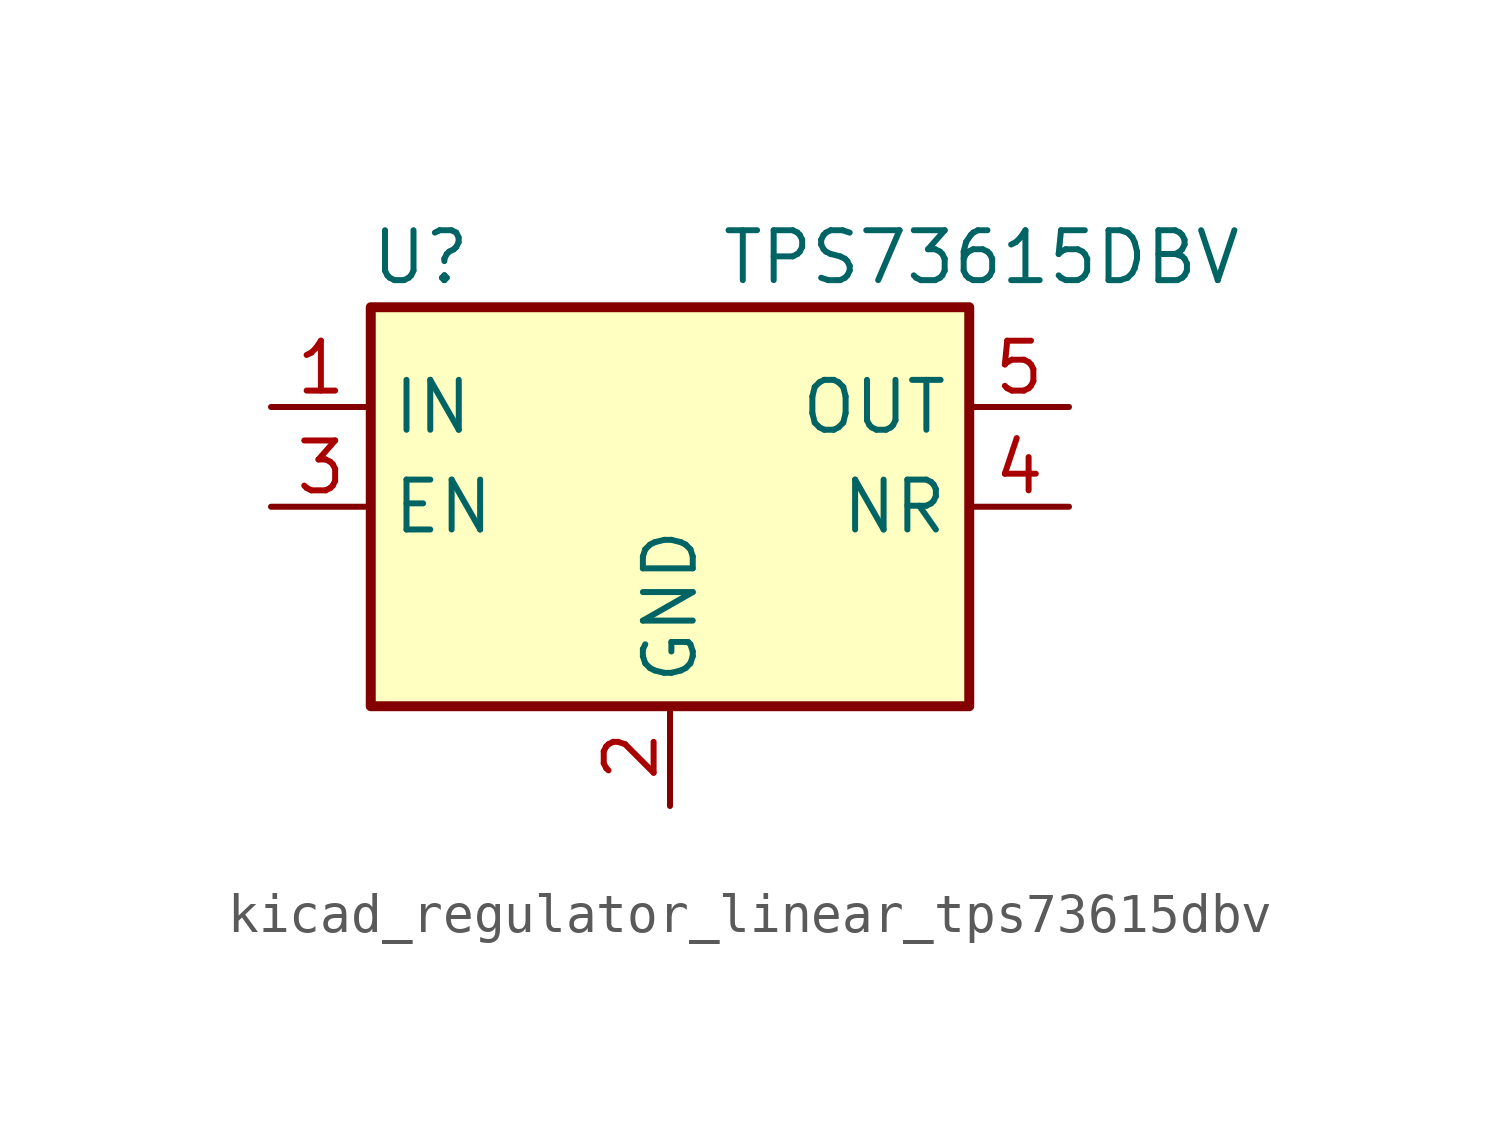
<source format=kicad_sym>
(kicad_symbol_lib
  (version 20220914)
  (generator kicad_symbol_editor)
  (symbol "kicad_regulator_linear_tps73615dbv"
    (property "Reference" "U"
      (at -6.35 6.35 0)
      (effects (font (size 1.27 1.27))))
    (property "Value" "TPS73615DBV"
      (at 1.27 6.35 0)
      (effects (font (size 1.27 1.27)) (justify left)))
    (symbol "kicad_regulator_linear_tps73615dbv_0_1"
      (rectangle (start -7.62 -5.08) (end 7.62 5.08) (stroke (width 0.254) (type default)) (fill (type background))))
    (symbol "kicad_regulator_linear_tps73615dbv_1_1"
      (pin power_in line (at -10.16 2.54 0) (length 2.54) (name "IN" (effects (font (size 1.27 1.27)))) (number "1" (effects (font (size 1.27 1.27)))))
      (pin power_in line (at 0 -7.62 90) (length 2.54) (name "GND" (effects (font (size 1.27 1.27)))) (number "2" (effects (font (size 1.27 1.27)))))
      (pin input line (at -10.16 0 0) (length 2.54) (name "EN" (effects (font (size 1.27 1.27)))) (number "3" (effects (font (size 1.27 1.27)))))
      (pin passive line (at 10.16 0 180) (length 2.54) (name "NR" (effects (font (size 1.27 1.27)))) (number "4" (effects (font (size 1.27 1.27)))))
      (pin power_out line (at 10.16 2.54 180) (length 2.54) (name "OUT" (effects (font (size 1.27 1.27)))) (number "5" (effects (font (size 1.27 1.27))))))))
</source>
